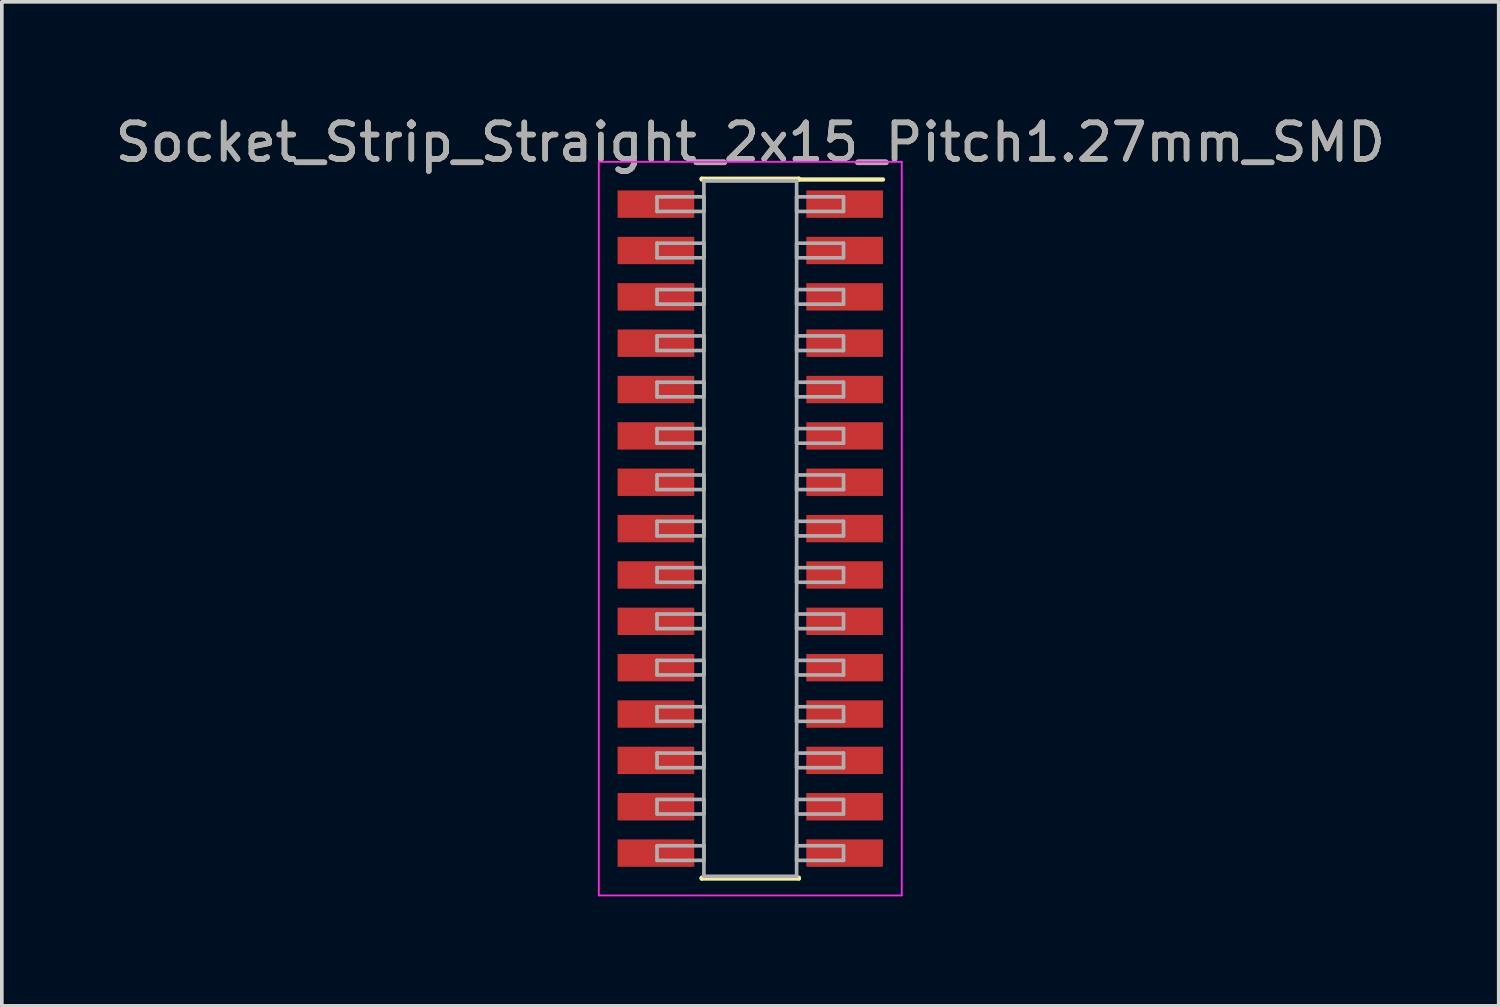
<source format=kicad_pcb>
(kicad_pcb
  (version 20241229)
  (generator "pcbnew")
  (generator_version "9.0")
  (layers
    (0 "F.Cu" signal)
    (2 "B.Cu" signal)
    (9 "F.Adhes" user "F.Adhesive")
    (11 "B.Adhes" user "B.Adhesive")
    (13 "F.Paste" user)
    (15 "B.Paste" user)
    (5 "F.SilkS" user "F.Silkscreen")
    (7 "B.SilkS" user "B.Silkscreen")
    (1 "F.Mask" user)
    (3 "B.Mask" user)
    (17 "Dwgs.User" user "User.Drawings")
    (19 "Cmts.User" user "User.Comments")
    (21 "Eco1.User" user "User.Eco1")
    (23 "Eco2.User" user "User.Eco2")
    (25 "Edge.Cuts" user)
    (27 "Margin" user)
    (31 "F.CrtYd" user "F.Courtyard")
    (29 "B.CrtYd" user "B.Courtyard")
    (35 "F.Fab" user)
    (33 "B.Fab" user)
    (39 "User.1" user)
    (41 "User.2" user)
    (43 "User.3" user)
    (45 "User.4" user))
  (footprint "Socket_Strip_Straight_2x15_Pitch1.27mm_SMD"
    (layer "F.Cu")
    (at 17.506 11.433)
    (property "Reference" "Socket_Strip_Straight_2x15_Pitch1.27mm_SMD" (at 0 -10.585 0) (layer "F.SilkS") (effects (font (size 1 1) (thickness 0.15))))
    (attr smd)
    (fp_line (start -1.33 -9.585) (end 1.33 -9.585) (stroke (width 0.12) (type solid)) (layer "F.SilkS"))
    (fp_line (start -1.33 -9.565) (end -1.33 -9.585) (stroke (width 0.12) (type solid)) (layer "F.SilkS"))
    (fp_line (start -1.33 9.565) (end -1.33 9.585) (stroke (width 0.12) (type solid)) (layer "F.SilkS"))
    (fp_line (start -1.33 9.585) (end 1.33 9.585) (stroke (width 0.12) (type solid)) (layer "F.SilkS"))
    (fp_line (start 1.33 -9.585) (end 1.33 -9.565) (stroke (width 0.12) (type solid)) (layer "F.SilkS"))
    (fp_line (start 1.33 9.585) (end 1.33 9.565) (stroke (width 0.12) (type solid)) (layer "F.SilkS"))
    (fp_line (start 3.635 -9.565) (end 1.33 -9.565) (stroke (width 0.12) (type solid)) (layer "F.SilkS"))
    (fp_line (start -4.15 -10.05) (end -4.15 10.05) (stroke (width 0.05) (type solid)) (layer "F.CrtYd"))
    (fp_line (start -4.15 10.05) (end 4.15 10.05) (stroke (width 0.05) (type solid)) (layer "F.CrtYd"))
    (fp_line (start 4.15 -10.05) (end -4.15 -10.05) (stroke (width 0.05) (type solid)) (layer "F.CrtYd"))
    (fp_line (start 4.15 10.05) (end 4.15 -10.05) (stroke (width 0.05) (type solid)) (layer "F.CrtYd"))
    (fp_line (start -2.555 -9.09) (end -1.27 -9.09) (stroke (width 0.1) (type solid)) (layer "F.Fab"))
    (fp_line (start -2.555 -8.69) (end -2.555 -9.09) (stroke (width 0.1) (type solid)) (layer "F.Fab"))
    (fp_line (start -2.555 -7.82) (end -1.27 -7.82) (stroke (width 0.1) (type solid)) (layer "F.Fab"))
    (fp_line (start -2.555 -7.42) (end -2.555 -7.82) (stroke (width 0.1) (type solid)) (layer "F.Fab"))
    (fp_line (start -2.555 -6.55) (end -1.27 -6.55) (stroke (width 0.1) (type solid)) (layer "F.Fab"))
    (fp_line (start -2.555 -6.15) (end -2.555 -6.55) (stroke (width 0.1) (type solid)) (layer "F.Fab"))
    (fp_line (start -2.555 -5.28) (end -1.27 -5.28) (stroke (width 0.1) (type solid)) (layer "F.Fab"))
    (fp_line (start -2.555 -4.88) (end -2.555 -5.28) (stroke (width 0.1) (type solid)) (layer "F.Fab"))
    (fp_line (start -2.555 -4.01) (end -1.27 -4.01) (stroke (width 0.1) (type solid)) (layer "F.Fab"))
    (fp_line (start -2.555 -3.61) (end -2.555 -4.01) (stroke (width 0.1) (type solid)) (layer "F.Fab"))
    (fp_line (start -2.555 -2.74) (end -1.27 -2.74) (stroke (width 0.1) (type solid)) (layer "F.Fab"))
    (fp_line (start -2.555 -2.34) (end -2.555 -2.74) (stroke (width 0.1) (type solid)) (layer "F.Fab"))
    (fp_line (start -2.555 -1.47) (end -1.27 -1.47) (stroke (width 0.1) (type solid)) (layer "F.Fab"))
    (fp_line (start -2.555 -1.07) (end -2.555 -1.47) (stroke (width 0.1) (type solid)) (layer "F.Fab"))
    (fp_line (start -2.555 -0.2) (end -1.27 -0.2) (stroke (width 0.1) (type solid)) (layer "F.Fab"))
    (fp_line (start -2.555 0.2) (end -2.555 -0.2) (stroke (width 0.1) (type solid)) (layer "F.Fab"))
    (fp_line (start -2.555 1.07) (end -1.27 1.07) (stroke (width 0.1) (type solid)) (layer "F.Fab"))
    (fp_line (start -2.555 1.47) (end -2.555 1.07) (stroke (width 0.1) (type solid)) (layer "F.Fab"))
    (fp_line (start -2.555 2.34) (end -1.27 2.34) (stroke (width 0.1) (type solid)) (layer "F.Fab"))
    (fp_line (start -2.555 2.74) (end -2.555 2.34) (stroke (width 0.1) (type solid)) (layer "F.Fab"))
    (fp_line (start -2.555 3.61) (end -1.27 3.61) (stroke (width 0.1) (type solid)) (layer "F.Fab"))
    (fp_line (start -2.555 4.01) (end -2.555 3.61) (stroke (width 0.1) (type solid)) (layer "F.Fab"))
    (fp_line (start -2.555 4.88) (end -1.27 4.88) (stroke (width 0.1) (type solid)) (layer "F.Fab"))
    (fp_line (start -2.555 5.28) (end -2.555 4.88) (stroke (width 0.1) (type solid)) (layer "F.Fab"))
    (fp_line (start -2.555 6.15) (end -1.27 6.15) (stroke (width 0.1) (type solid)) (layer "F.Fab"))
    (fp_line (start -2.555 6.55) (end -2.555 6.15) (stroke (width 0.1) (type solid)) (layer "F.Fab"))
    (fp_line (start -2.555 7.42) (end -1.27 7.42) (stroke (width 0.1) (type solid)) (layer "F.Fab"))
    (fp_line (start -2.555 7.82) (end -2.555 7.42) (stroke (width 0.1) (type solid)) (layer "F.Fab"))
    (fp_line (start -2.555 8.69) (end -1.27 8.69) (stroke (width 0.1) (type solid)) (layer "F.Fab"))
    (fp_line (start -2.555 9.09) (end -2.555 8.69) (stroke (width 0.1) (type solid)) (layer "F.Fab"))
    (fp_line (start -1.27 -9.525) (end -1.27 9.525) (stroke (width 0.1) (type solid)) (layer "F.Fab"))
    (fp_line (start -1.27 -9.09) (end -1.27 -8.69) (stroke (width 0.1) (type solid)) (layer "F.Fab"))
    (fp_line (start -1.27 -8.69) (end -2.555 -8.69) (stroke (width 0.1) (type solid)) (layer "F.Fab"))
    (fp_line (start -1.27 -7.82) (end -1.27 -7.42) (stroke (width 0.1) (type solid)) (layer "F.Fab"))
    (fp_line (start -1.27 -7.42) (end -2.555 -7.42) (stroke (width 0.1) (type solid)) (layer "F.Fab"))
    (fp_line (start -1.27 -6.55) (end -1.27 -6.15) (stroke (width 0.1) (type solid)) (layer "F.Fab"))
    (fp_line (start -1.27 -6.15) (end -2.555 -6.15) (stroke (width 0.1) (type solid)) (layer "F.Fab"))
    (fp_line (start -1.27 -5.28) (end -1.27 -4.88) (stroke (width 0.1) (type solid)) (layer "F.Fab"))
    (fp_line (start -1.27 -4.88) (end -2.555 -4.88) (stroke (width 0.1) (type solid)) (layer "F.Fab"))
    (fp_line (start -1.27 -4.01) (end -1.27 -3.61) (stroke (width 0.1) (type solid)) (layer "F.Fab"))
    (fp_line (start -1.27 -3.61) (end -2.555 -3.61) (stroke (width 0.1) (type solid)) (layer "F.Fab"))
    (fp_line (start -1.27 -2.74) (end -1.27 -2.34) (stroke (width 0.1) (type solid)) (layer "F.Fab"))
    (fp_line (start -1.27 -2.34) (end -2.555 -2.34) (stroke (width 0.1) (type solid)) (layer "F.Fab"))
    (fp_line (start -1.27 -1.47) (end -1.27 -1.07) (stroke (width 0.1) (type solid)) (layer "F.Fab"))
    (fp_line (start -1.27 -1.07) (end -2.555 -1.07) (stroke (width 0.1) (type solid)) (layer "F.Fab"))
    (fp_line (start -1.27 -0.2) (end -1.27 0.2) (stroke (width 0.1) (type solid)) (layer "F.Fab"))
    (fp_line (start -1.27 0.2) (end -2.555 0.2) (stroke (width 0.1) (type solid)) (layer "F.Fab"))
    (fp_line (start -1.27 1.07) (end -1.27 1.47) (stroke (width 0.1) (type solid)) (layer "F.Fab"))
    (fp_line (start -1.27 1.47) (end -2.555 1.47) (stroke (width 0.1) (type solid)) (layer "F.Fab"))
    (fp_line (start -1.27 2.34) (end -1.27 2.74) (stroke (width 0.1) (type solid)) (layer "F.Fab"))
    (fp_line (start -1.27 2.74) (end -2.555 2.74) (stroke (width 0.1) (type solid)) (layer "F.Fab"))
    (fp_line (start -1.27 3.61) (end -1.27 4.01) (stroke (width 0.1) (type solid)) (layer "F.Fab"))
    (fp_line (start -1.27 4.01) (end -2.555 4.01) (stroke (width 0.1) (type solid)) (layer "F.Fab"))
    (fp_line (start -1.27 4.88) (end -1.27 5.28) (stroke (width 0.1) (type solid)) (layer "F.Fab"))
    (fp_line (start -1.27 5.28) (end -2.555 5.28) (stroke (width 0.1) (type solid)) (layer "F.Fab"))
    (fp_line (start -1.27 6.15) (end -1.27 6.55) (stroke (width 0.1) (type solid)) (layer "F.Fab"))
    (fp_line (start -1.27 6.55) (end -2.555 6.55) (stroke (width 0.1) (type solid)) (layer "F.Fab"))
    (fp_line (start -1.27 7.42) (end -1.27 7.82) (stroke (width 0.1) (type solid)) (layer "F.Fab"))
    (fp_line (start -1.27 7.82) (end -2.555 7.82) (stroke (width 0.1) (type solid)) (layer "F.Fab"))
    (fp_line (start -1.27 8.69) (end -1.27 9.09) (stroke (width 0.1) (type solid)) (layer "F.Fab"))
    (fp_line (start -1.27 9.09) (end -2.555 9.09) (stroke (width 0.1) (type solid)) (layer "F.Fab"))
    (fp_line (start -1.27 9.525) (end 1.27 9.525) (stroke (width 0.1) (type solid)) (layer "F.Fab"))
    (fp_line (start 1.27 -9.525) (end -1.27 -9.525) (stroke (width 0.1) (type solid)) (layer "F.Fab"))
    (fp_line (start 1.27 -9.09) (end 1.27 -8.69) (stroke (width 0.1) (type solid)) (layer "F.Fab"))
    (fp_line (start 1.27 -8.69) (end 2.555 -8.69) (stroke (width 0.1) (type solid)) (layer "F.Fab"))
    (fp_line (start 1.27 -7.82) (end 1.27 -7.42) (stroke (width 0.1) (type solid)) (layer "F.Fab"))
    (fp_line (start 1.27 -7.42) (end 2.555 -7.42) (stroke (width 0.1) (type solid)) (layer "F.Fab"))
    (fp_line (start 1.27 -6.55) (end 1.27 -6.15) (stroke (width 0.1) (type solid)) (layer "F.Fab"))
    (fp_line (start 1.27 -6.15) (end 2.555 -6.15) (stroke (width 0.1) (type solid)) (layer "F.Fab"))
    (fp_line (start 1.27 -5.28) (end 1.27 -4.88) (stroke (width 0.1) (type solid)) (layer "F.Fab"))
    (fp_line (start 1.27 -4.88) (end 2.555 -4.88) (stroke (width 0.1) (type solid)) (layer "F.Fab"))
    (fp_line (start 1.27 -4.01) (end 1.27 -3.61) (stroke (width 0.1) (type solid)) (layer "F.Fab"))
    (fp_line (start 1.27 -3.61) (end 2.555 -3.61) (stroke (width 0.1) (type solid)) (layer "F.Fab"))
    (fp_line (start 1.27 -2.74) (end 1.27 -2.34) (stroke (width 0.1) (type solid)) (layer "F.Fab"))
    (fp_line (start 1.27 -2.34) (end 2.555 -2.34) (stroke (width 0.1) (type solid)) (layer "F.Fab"))
    (fp_line (start 1.27 -1.47) (end 1.27 -1.07) (stroke (width 0.1) (type solid)) (layer "F.Fab"))
    (fp_line (start 1.27 -1.07) (end 2.555 -1.07) (stroke (width 0.1) (type solid)) (layer "F.Fab"))
    (fp_line (start 1.27 -0.2) (end 1.27 0.2) (stroke (width 0.1) (type solid)) (layer "F.Fab"))
    (fp_line (start 1.27 0.2) (end 2.555 0.2) (stroke (width 0.1) (type solid)) (layer "F.Fab"))
    (fp_line (start 1.27 1.07) (end 1.27 1.47) (stroke (width 0.1) (type solid)) (layer "F.Fab"))
    (fp_line (start 1.27 1.47) (end 2.555 1.47) (stroke (width 0.1) (type solid)) (layer "F.Fab"))
    (fp_line (start 1.27 2.34) (end 1.27 2.74) (stroke (width 0.1) (type solid)) (layer "F.Fab"))
    (fp_line (start 1.27 2.74) (end 2.555 2.74) (stroke (width 0.1) (type solid)) (layer "F.Fab"))
    (fp_line (start 1.27 3.61) (end 1.27 4.01) (stroke (width 0.1) (type solid)) (layer "F.Fab"))
    (fp_line (start 1.27 4.01) (end 2.555 4.01) (stroke (width 0.1) (type solid)) (layer "F.Fab"))
    (fp_line (start 1.27 4.88) (end 1.27 5.28) (stroke (width 0.1) (type solid)) (layer "F.Fab"))
    (fp_line (start 1.27 5.28) (end 2.555 5.28) (stroke (width 0.1) (type solid)) (layer "F.Fab"))
    (fp_line (start 1.27 6.15) (end 1.27 6.55) (stroke (width 0.1) (type solid)) (layer "F.Fab"))
    (fp_line (start 1.27 6.55) (end 2.555 6.55) (stroke (width 0.1) (type solid)) (layer "F.Fab"))
    (fp_line (start 1.27 7.42) (end 1.27 7.82) (stroke (width 0.1) (type solid)) (layer "F.Fab"))
    (fp_line (start 1.27 7.82) (end 2.555 7.82) (stroke (width 0.1) (type solid)) (layer "F.Fab"))
    (fp_line (start 1.27 8.69) (end 1.27 9.09) (stroke (width 0.1) (type solid)) (layer "F.Fab"))
    (fp_line (start 1.27 9.09) (end 2.555 9.09) (stroke (width 0.1) (type solid)) (layer "F.Fab"))
    (fp_line (start 1.27 9.525) (end 1.27 -9.525) (stroke (width 0.1) (type solid)) (layer "F.Fab"))
    (fp_line (start 2.555 -9.09) (end 1.27 -9.09) (stroke (width 0.1) (type solid)) (layer "F.Fab"))
    (fp_line (start 2.555 -8.69) (end 2.555 -9.09) (stroke (width 0.1) (type solid)) (layer "F.Fab"))
    (fp_line (start 2.555 -7.82) (end 1.27 -7.82) (stroke (width 0.1) (type solid)) (layer "F.Fab"))
    (fp_line (start 2.555 -7.42) (end 2.555 -7.82) (stroke (width 0.1) (type solid)) (layer "F.Fab"))
    (fp_line (start 2.555 -6.55) (end 1.27 -6.55) (stroke (width 0.1) (type solid)) (layer "F.Fab"))
    (fp_line (start 2.555 -6.15) (end 2.555 -6.55) (stroke (width 0.1) (type solid)) (layer "F.Fab"))
    (fp_line (start 2.555 -5.28) (end 1.27 -5.28) (stroke (width 0.1) (type solid)) (layer "F.Fab"))
    (fp_line (start 2.555 -4.88) (end 2.555 -5.28) (stroke (width 0.1) (type solid)) (layer "F.Fab"))
    (fp_line (start 2.555 -4.01) (end 1.27 -4.01) (stroke (width 0.1) (type solid)) (layer "F.Fab"))
    (fp_line (start 2.555 -3.61) (end 2.555 -4.01) (stroke (width 0.1) (type solid)) (layer "F.Fab"))
    (fp_line (start 2.555 -2.74) (end 1.27 -2.74) (stroke (width 0.1) (type solid)) (layer "F.Fab"))
    (fp_line (start 2.555 -2.34) (end 2.555 -2.74) (stroke (width 0.1) (type solid)) (layer "F.Fab"))
    (fp_line (start 2.555 -1.47) (end 1.27 -1.47) (stroke (width 0.1) (type solid)) (layer "F.Fab"))
    (fp_line (start 2.555 -1.07) (end 2.555 -1.47) (stroke (width 0.1) (type solid)) (layer "F.Fab"))
    (fp_line (start 2.555 -0.2) (end 1.27 -0.2) (stroke (width 0.1) (type solid)) (layer "F.Fab"))
    (fp_line (start 2.555 0.2) (end 2.555 -0.2) (stroke (width 0.1) (type solid)) (layer "F.Fab"))
    (fp_line (start 2.555 1.07) (end 1.27 1.07) (stroke (width 0.1) (type solid)) (layer "F.Fab"))
    (fp_line (start 2.555 1.47) (end 2.555 1.07) (stroke (width 0.1) (type solid)) (layer "F.Fab"))
    (fp_line (start 2.555 2.34) (end 1.27 2.34) (stroke (width 0.1) (type solid)) (layer "F.Fab"))
    (fp_line (start 2.555 2.74) (end 2.555 2.34) (stroke (width 0.1) (type solid)) (layer "F.Fab"))
    (fp_line (start 2.555 3.61) (end 1.27 3.61) (stroke (width 0.1) (type solid)) (layer "F.Fab"))
    (fp_line (start 2.555 4.01) (end 2.555 3.61) (stroke (width 0.1) (type solid)) (layer "F.Fab"))
    (fp_line (start 2.555 4.88) (end 1.27 4.88) (stroke (width 0.1) (type solid)) (layer "F.Fab"))
    (fp_line (start 2.555 5.28) (end 2.555 4.88) (stroke (width 0.1) (type solid)) (layer "F.Fab"))
    (fp_line (start 2.555 6.15) (end 1.27 6.15) (stroke (width 0.1) (type solid)) (layer "F.Fab"))
    (fp_line (start 2.555 6.55) (end 2.555 6.15) (stroke (width 0.1) (type solid)) (layer "F.Fab"))
    (fp_line (start 2.555 7.42) (end 1.27 7.42) (stroke (width 0.1) (type solid)) (layer "F.Fab"))
    (fp_line (start 2.555 7.82) (end 2.555 7.42) (stroke (width 0.1) (type solid)) (layer "F.Fab"))
    (fp_line (start 2.555 8.69) (end 1.27 8.69) (stroke (width 0.1) (type solid)) (layer "F.Fab"))
    (fp_line (start 2.555 9.09) (end 2.555 8.69) (stroke (width 0.1) (type solid)) (layer "F.Fab"))
    (fp_text user "${REFERENCE}" (at 0 -10.585 0) (layer "F.Fab") (effects (font (size 1 1) (thickness 0.15))))
    (pad "1" smd rect (at 2.585 -8.89) (size 2.1 0.75) (layers "F.Cu" "F.Mask" "F.Paste"))
    (pad "2" smd rect (at -2.585 -8.89) (size 2.1 0.75) (layers "F.Cu" "F.Mask" "F.Paste"))
    (pad "3" smd rect (at 2.585 -7.62) (size 2.1 0.75) (layers "F.Cu" "F.Mask" "F.Paste"))
    (pad "4" smd rect (at -2.585 -7.62) (size 2.1 0.75) (layers "F.Cu" "F.Mask" "F.Paste"))
    (pad "5" smd rect (at 2.585 -6.35) (size 2.1 0.75) (layers "F.Cu" "F.Mask" "F.Paste"))
    (pad "6" smd rect (at -2.585 -6.35) (size 2.1 0.75) (layers "F.Cu" "F.Mask" "F.Paste"))
    (pad "7" smd rect (at 2.585 -5.08) (size 2.1 0.75) (layers "F.Cu" "F.Mask" "F.Paste"))
    (pad "8" smd rect (at -2.585 -5.08) (size 2.1 0.75) (layers "F.Cu" "F.Mask" "F.Paste"))
    (pad "9" smd rect (at 2.585 -3.81) (size 2.1 0.75) (layers "F.Cu" "F.Mask" "F.Paste"))
    (pad "10" smd rect (at -2.585 -3.81) (size 2.1 0.75) (layers "F.Cu" "F.Mask" "F.Paste"))
    (pad "11" smd rect (at 2.585 -2.54) (size 2.1 0.75) (layers "F.Cu" "F.Mask" "F.Paste"))
    (pad "12" smd rect (at -2.585 -2.54) (size 2.1 0.75) (layers "F.Cu" "F.Mask" "F.Paste"))
    (pad "13" smd rect (at 2.585 -1.27) (size 2.1 0.75) (layers "F.Cu" "F.Mask" "F.Paste"))
    (pad "14" smd rect (at -2.585 -1.27) (size 2.1 0.75) (layers "F.Cu" "F.Mask" "F.Paste"))
    (pad "15" smd rect (at 2.585 0) (size 2.1 0.75) (layers "F.Cu" "F.Mask" "F.Paste"))
    (pad "16" smd rect (at -2.585 0) (size 2.1 0.75) (layers "F.Cu" "F.Mask" "F.Paste"))
    (pad "17" smd rect (at 2.585 1.27) (size 2.1 0.75) (layers "F.Cu" "F.Mask" "F.Paste"))
    (pad "18" smd rect (at -2.585 1.27) (size 2.1 0.75) (layers "F.Cu" "F.Mask" "F.Paste"))
    (pad "19" smd rect (at 2.585 2.54) (size 2.1 0.75) (layers "F.Cu" "F.Mask" "F.Paste"))
    (pad "20" smd rect (at -2.585 2.54) (size 2.1 0.75) (layers "F.Cu" "F.Mask" "F.Paste"))
    (pad "21" smd rect (at 2.585 3.81) (size 2.1 0.75) (layers "F.Cu" "F.Mask" "F.Paste"))
    (pad "22" smd rect (at -2.585 3.81) (size 2.1 0.75) (layers "F.Cu" "F.Mask" "F.Paste"))
    (pad "23" smd rect (at 2.585 5.08) (size 2.1 0.75) (layers "F.Cu" "F.Mask" "F.Paste"))
    (pad "24" smd rect (at -2.585 5.08) (size 2.1 0.75) (layers "F.Cu" "F.Mask" "F.Paste"))
    (pad "25" smd rect (at 2.585 6.35) (size 2.1 0.75) (layers "F.Cu" "F.Mask" "F.Paste"))
    (pad "26" smd rect (at -2.585 6.35) (size 2.1 0.75) (layers "F.Cu" "F.Mask" "F.Paste"))
    (pad "27" smd rect (at 2.585 7.62) (size 2.1 0.75) (layers "F.Cu" "F.Mask" "F.Paste"))
    (pad "28" smd rect (at -2.585 7.62) (size 2.1 0.75) (layers "F.Cu" "F.Mask" "F.Paste"))
    (pad "29" smd rect (at 2.585 8.89) (size 2.1 0.75) (layers "F.Cu" "F.Mask" "F.Paste"))
    (pad "30" smd rect (at -2.585 8.89) (size 2.1 0.75) (layers "F.Cu" "F.Mask" "F.Paste")))
  (gr_rect
    (start -3 -3)
    (end 38.012 24.508)
    (stroke (width 0.1) (type default))
    (fill no)
    (layer "Edge.Cuts")))
</source>
